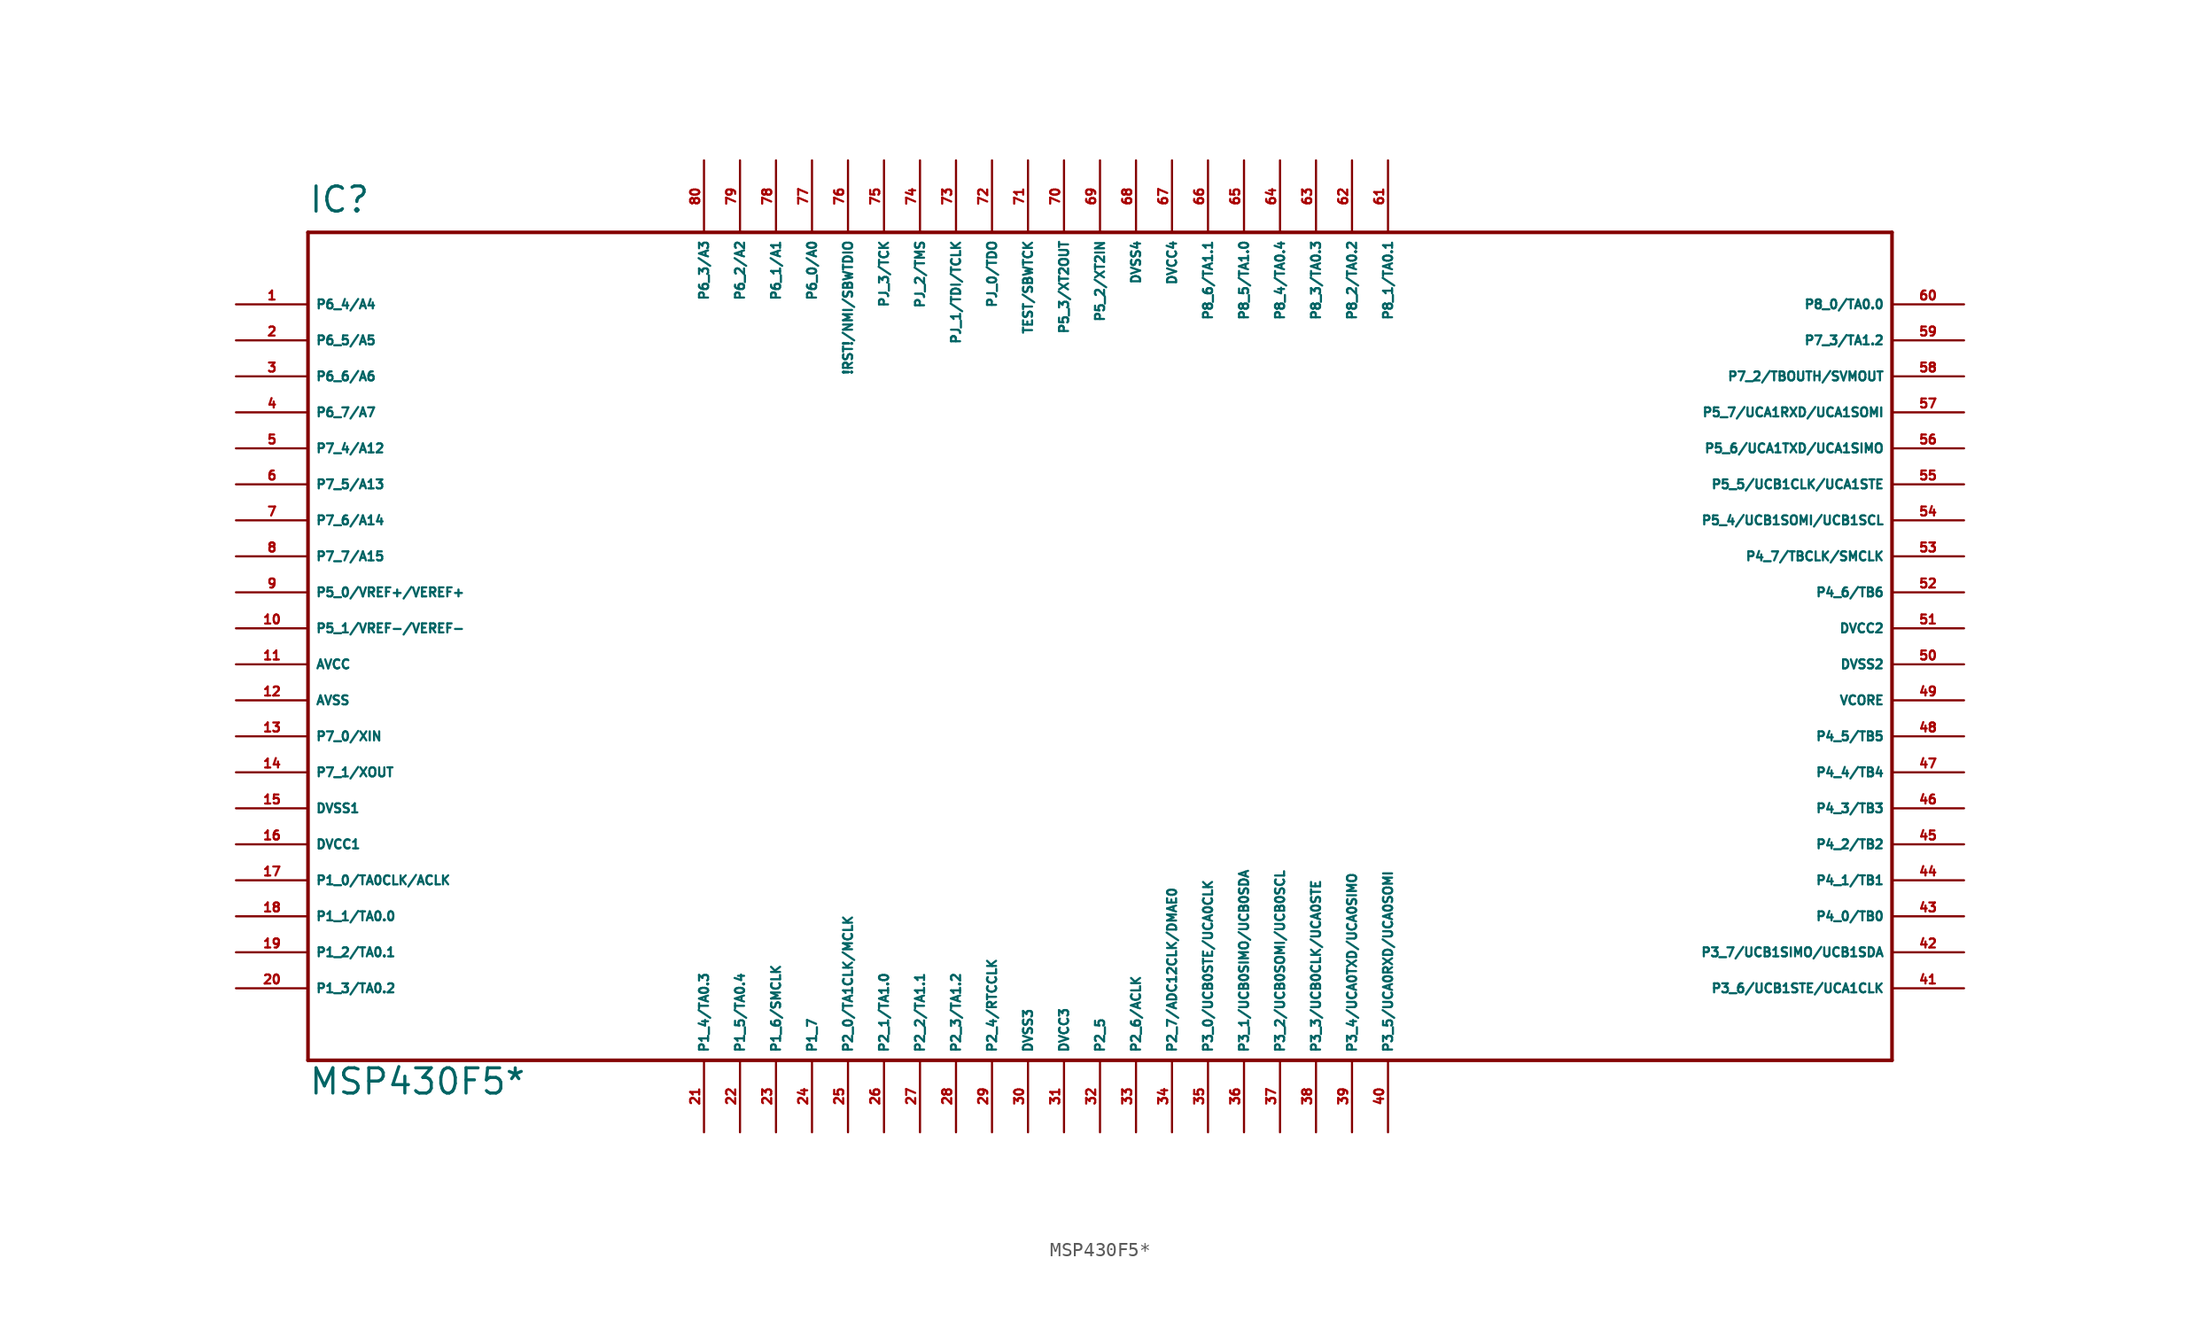
<source format=kicad_sym>
(kicad_symbol_lib
  (version 20220914)
  (generator Eagle2Kicad)
  (symbol "MSP430F5*"
    (property "Reference" "IC"
      (at -53.34 29.21 0)
      (effects (font (size 1.778 1.778) (thickness 0.22)) (justify left bottom)))
    (property "Value" "MSP430F5*"
      (at -53.34 -33.02 0)
      (effects (font (size 1.778 1.778) (thickness 0.22)) (justify left bottom)))
    (polyline
      (pts (xy -53.34 -30.48) (xy 58.42 -30.48))
      (stroke (width 0.254) (type default))
      (fill (type none)))
    (polyline
      (pts (xy 58.42 -30.48) (xy 58.42 27.94))
      (stroke (width 0.254) (type default))
      (fill (type none)))
    (polyline
      (pts (xy 58.42 27.94) (xy -53.34 27.94))
      (stroke (width 0.254) (type default))
      (fill (type none)))
    (polyline
      (pts (xy -53.34 27.94) (xy -53.34 -30.48))
      (stroke (width 0.254) (type default))
      (fill (type none)))
    (pin bidirectional line
      (at -58.42 22.86 0)
      (length 5.08)
      (name "P6_4/A4" (effects (font (size 0.635 0.635) (thickness 0.08)) (justify left bottom)))
      (number "1" (effects (font (size 0.635 0.635) (thickness 0.08)) (justify left bottom))))
    (pin bidirectional line
      (at -58.42 20.32 0)
      (length 5.08)
      (name "P6_5/A5" (effects (font (size 0.635 0.635) (thickness 0.08)) (justify left bottom)))
      (number "2" (effects (font (size 0.635 0.635) (thickness 0.08)) (justify left bottom))))
    (pin bidirectional line
      (at -58.42 17.78 0)
      (length 5.08)
      (name "P6_6/A6" (effects (font (size 0.635 0.635) (thickness 0.08)) (justify left bottom)))
      (number "3" (effects (font (size 0.635 0.635) (thickness 0.08)) (justify left bottom))))
    (pin bidirectional line
      (at -58.42 15.24 0)
      (length 5.08)
      (name "P6_7/A7" (effects (font (size 0.635 0.635) (thickness 0.08)) (justify left bottom)))
      (number "4" (effects (font (size 0.635 0.635) (thickness 0.08)) (justify left bottom))))
    (pin bidirectional line
      (at -58.42 12.7 0)
      (length 5.08)
      (name "P7_4/A12" (effects (font (size 0.635 0.635) (thickness 0.08)) (justify left bottom)))
      (number "5" (effects (font (size 0.635 0.635) (thickness 0.08)) (justify left bottom))))
    (pin bidirectional line
      (at -58.42 10.16 0)
      (length 5.08)
      (name "P7_5/A13" (effects (font (size 0.635 0.635) (thickness 0.08)) (justify left bottom)))
      (number "6" (effects (font (size 0.635 0.635) (thickness 0.08)) (justify left bottom))))
    (pin bidirectional line
      (at -58.42 7.62 0)
      (length 5.08)
      (name "P7_6/A14" (effects (font (size 0.635 0.635) (thickness 0.08)) (justify left bottom)))
      (number "7" (effects (font (size 0.635 0.635) (thickness 0.08)) (justify left bottom))))
    (pin bidirectional line
      (at -58.42 5.08 0)
      (length 5.08)
      (name "P7_7/A15" (effects (font (size 0.635 0.635) (thickness 0.08)) (justify left bottom)))
      (number "8" (effects (font (size 0.635 0.635) (thickness 0.08)) (justify left bottom))))
    (pin bidirectional line
      (at -58.42 2.54 0)
      (length 5.08)
      (name "P5_0/VREF+/VEREF+" (effects (font (size 0.635 0.635) (thickness 0.08)) (justify left bottom)))
      (number "9" (effects (font (size 0.635 0.635) (thickness 0.08)) (justify left bottom))))
    (pin bidirectional line
      (at -58.42 0 0)
      (length 5.08)
      (name "P5_1/VREF-/VEREF-" (effects (font (size 0.635 0.635) (thickness 0.08)) (justify left bottom)))
      (number "10" (effects (font (size 0.635 0.635) (thickness 0.08)) (justify left bottom))))
    (pin unspecified line
      (at -58.42 -2.54 0)
      (length 5.08)
      (name "AVCC" (effects (font (size 0.635 0.635) (thickness 0.08)) (justify left bottom)))
      (number "11" (effects (font (size 0.635 0.635) (thickness 0.08)) (justify left bottom))))
    (pin unspecified line
      (at -58.42 -5.08 0)
      (length 5.08)
      (name "AVSS" (effects (font (size 0.635 0.635) (thickness 0.08)) (justify left bottom)))
      (number "12" (effects (font (size 0.635 0.635) (thickness 0.08)) (justify left bottom))))
    (pin bidirectional line
      (at -58.42 -7.62 0)
      (length 5.08)
      (name "P7_0/XIN" (effects (font (size 0.635 0.635) (thickness 0.08)) (justify left bottom)))
      (number "13" (effects (font (size 0.635 0.635) (thickness 0.08)) (justify left bottom))))
    (pin bidirectional line
      (at -58.42 -10.16 0)
      (length 5.08)
      (name "P7_1/XOUT" (effects (font (size 0.635 0.635) (thickness 0.08)) (justify left bottom)))
      (number "14" (effects (font (size 0.635 0.635) (thickness 0.08)) (justify left bottom))))
    (pin unspecified line
      (at -58.42 -12.7 0)
      (length 5.08)
      (name "DVSS1" (effects (font (size 0.635 0.635) (thickness 0.08)) (justify left bottom)))
      (number "15" (effects (font (size 0.635 0.635) (thickness 0.08)) (justify left bottom))))
    (pin unspecified line
      (at -58.42 -15.24 0)
      (length 5.08)
      (name "DVCC1" (effects (font (size 0.635 0.635) (thickness 0.08)) (justify left bottom)))
      (number "16" (effects (font (size 0.635 0.635) (thickness 0.08)) (justify left bottom))))
    (pin bidirectional line
      (at -58.42 -17.78 0)
      (length 5.08)
      (name "P1_0/TA0CLK/ACLK" (effects (font (size 0.635 0.635) (thickness 0.08)) (justify left bottom)))
      (number "17" (effects (font (size 0.635 0.635) (thickness 0.08)) (justify left bottom))))
    (pin bidirectional line
      (at -58.42 -20.32 0)
      (length 5.08)
      (name "P1_1/TA0.0" (effects (font (size 0.635 0.635) (thickness 0.08)) (justify left bottom)))
      (number "18" (effects (font (size 0.635 0.635) (thickness 0.08)) (justify left bottom))))
    (pin bidirectional line
      (at -58.42 -22.86 0)
      (length 5.08)
      (name "P1_2/TA0.1" (effects (font (size 0.635 0.635) (thickness 0.08)) (justify left bottom)))
      (number "19" (effects (font (size 0.635 0.635) (thickness 0.08)) (justify left bottom))))
    (pin bidirectional line
      (at -58.42 -25.4 0)
      (length 5.08)
      (name "P1_3/TA0.2" (effects (font (size 0.635 0.635) (thickness 0.08)) (justify left bottom)))
      (number "20" (effects (font (size 0.635 0.635) (thickness 0.08)) (justify left bottom))))
    (pin bidirectional line
      (at -25.4 -35.56 90)
      (length 5.08)
      (name "P1_4/TA0.3" (effects (font (size 0.635 0.635) (thickness 0.08)) (justify left bottom)))
      (number "21" (effects (font (size 0.635 0.635) (thickness 0.08)) (justify left bottom))))
    (pin bidirectional line
      (at -22.86 -35.56 90)
      (length 5.08)
      (name "P1_5/TA0.4" (effects (font (size 0.635 0.635) (thickness 0.08)) (justify left bottom)))
      (number "22" (effects (font (size 0.635 0.635) (thickness 0.08)) (justify left bottom))))
    (pin bidirectional line
      (at -20.32 -35.56 90)
      (length 5.08)
      (name "P1_6/SMCLK" (effects (font (size 0.635 0.635) (thickness 0.08)) (justify left bottom)))
      (number "23" (effects (font (size 0.635 0.635) (thickness 0.08)) (justify left bottom))))
    (pin bidirectional line
      (at -17.78 -35.56 90)
      (length 5.08)
      (name "P1_7" (effects (font (size 0.635 0.635) (thickness 0.08)) (justify left bottom)))
      (number "24" (effects (font (size 0.635 0.635) (thickness 0.08)) (justify left bottom))))
    (pin bidirectional line
      (at -15.24 -35.56 90)
      (length 5.08)
      (name "P2_0/TA1CLK/MCLK" (effects (font (size 0.635 0.635) (thickness 0.08)) (justify left bottom)))
      (number "25" (effects (font (size 0.635 0.635) (thickness 0.08)) (justify left bottom))))
    (pin bidirectional line
      (at -12.7 -35.56 90)
      (length 5.08)
      (name "P2_1/TA1.0" (effects (font (size 0.635 0.635) (thickness 0.08)) (justify left bottom)))
      (number "26" (effects (font (size 0.635 0.635) (thickness 0.08)) (justify left bottom))))
    (pin bidirectional line
      (at -10.16 -35.56 90)
      (length 5.08)
      (name "P2_2/TA1.1" (effects (font (size 0.635 0.635) (thickness 0.08)) (justify left bottom)))
      (number "27" (effects (font (size 0.635 0.635) (thickness 0.08)) (justify left bottom))))
    (pin bidirectional line
      (at -7.62 -35.56 90)
      (length 5.08)
      (name "P2_3/TA1.2" (effects (font (size 0.635 0.635) (thickness 0.08)) (justify left bottom)))
      (number "28" (effects (font (size 0.635 0.635) (thickness 0.08)) (justify left bottom))))
    (pin bidirectional line
      (at -5.08 -35.56 90)
      (length 5.08)
      (name "P2_4/RTCCLK" (effects (font (size 0.635 0.635) (thickness 0.08)) (justify left bottom)))
      (number "29" (effects (font (size 0.635 0.635) (thickness 0.08)) (justify left bottom))))
    (pin bidirectional line
      (at 2.54 -35.56 90)
      (length 5.08)
      (name "P2_5" (effects (font (size 0.635 0.635) (thickness 0.08)) (justify left bottom)))
      (number "32" (effects (font (size 0.635 0.635) (thickness 0.08)) (justify left bottom))))
    (pin bidirectional line
      (at 5.08 -35.56 90)
      (length 5.08)
      (name "P2_6/ACLK" (effects (font (size 0.635 0.635) (thickness 0.08)) (justify left bottom)))
      (number "33" (effects (font (size 0.635 0.635) (thickness 0.08)) (justify left bottom))))
    (pin bidirectional line
      (at 7.62 -35.56 90)
      (length 5.08)
      (name "P2_7/ADC12CLK/DMAE0" (effects (font (size 0.635 0.635) (thickness 0.08)) (justify left bottom)))
      (number "34" (effects (font (size 0.635 0.635) (thickness 0.08)) (justify left bottom))))
    (pin bidirectional line
      (at 10.16 -35.56 90)
      (length 5.08)
      (name "P3_0/UCB0STE/UCA0CLK" (effects (font (size 0.635 0.635) (thickness 0.08)) (justify left bottom)))
      (number "35" (effects (font (size 0.635 0.635) (thickness 0.08)) (justify left bottom))))
    (pin bidirectional line
      (at 12.7 -35.56 90)
      (length 5.08)
      (name "P3_1/UCB0SIMO/UCB0SDA" (effects (font (size 0.635 0.635) (thickness 0.08)) (justify left bottom)))
      (number "36" (effects (font (size 0.635 0.635) (thickness 0.08)) (justify left bottom))))
    (pin bidirectional line
      (at 15.24 -35.56 90)
      (length 5.08)
      (name "P3_2/UCB0SOMI/UCB0SCL" (effects (font (size 0.635 0.635) (thickness 0.08)) (justify left bottom)))
      (number "37" (effects (font (size 0.635 0.635) (thickness 0.08)) (justify left bottom))))
    (pin bidirectional line
      (at 17.78 -35.56 90)
      (length 5.08)
      (name "P3_3/UCB0CLK/UCA0STE" (effects (font (size 0.635 0.635) (thickness 0.08)) (justify left bottom)))
      (number "38" (effects (font (size 0.635 0.635) (thickness 0.08)) (justify left bottom))))
    (pin unspecified line
      (at -2.54 -35.56 90)
      (length 5.08)
      (name "DVSS3" (effects (font (size 0.635 0.635) (thickness 0.08)) (justify left bottom)))
      (number "30" (effects (font (size 0.635 0.635) (thickness 0.08)) (justify left bottom))))
    (pin unspecified line
      (at 0 -35.56 90)
      (length 5.08)
      (name "DVCC3" (effects (font (size 0.635 0.635) (thickness 0.08)) (justify left bottom)))
      (number "31" (effects (font (size 0.635 0.635) (thickness 0.08)) (justify left bottom))))
    (pin bidirectional line
      (at 20.32 -35.56 90)
      (length 5.08)
      (name "P3_4/UCA0TXD/UCA0SIMO" (effects (font (size 0.635 0.635) (thickness 0.08)) (justify left bottom)))
      (number "39" (effects (font (size 0.635 0.635) (thickness 0.08)) (justify left bottom))))
    (pin bidirectional line
      (at 22.86 -35.56 90)
      (length 5.08)
      (name "P3_5/UCA0RXD/UCA0SOMI" (effects (font (size 0.635 0.635) (thickness 0.08)) (justify left bottom)))
      (number "40" (effects (font (size 0.635 0.635) (thickness 0.08)) (justify left bottom))))
    (pin bidirectional line
      (at 63.5 -25.4 180)
      (length 5.08)
      (name "P3_6/UCB1STE/UCA1CLK" (effects (font (size 0.635 0.635) (thickness 0.08)) (justify left bottom)))
      (number "41" (effects (font (size 0.635 0.635) (thickness 0.08)) (justify left bottom))))
    (pin bidirectional line
      (at 63.5 -22.86 180)
      (length 5.08)
      (name "P3_7/UCB1SIMO/UCB1SDA" (effects (font (size 0.635 0.635) (thickness 0.08)) (justify left bottom)))
      (number "42" (effects (font (size 0.635 0.635) (thickness 0.08)) (justify left bottom))))
    (pin bidirectional line
      (at 63.5 -20.32 180)
      (length 5.08)
      (name "P4_0/TB0" (effects (font (size 0.635 0.635) (thickness 0.08)) (justify left bottom)))
      (number "43" (effects (font (size 0.635 0.635) (thickness 0.08)) (justify left bottom))))
    (pin bidirectional line
      (at 63.5 -17.78 180)
      (length 5.08)
      (name "P4_1/TB1" (effects (font (size 0.635 0.635) (thickness 0.08)) (justify left bottom)))
      (number "44" (effects (font (size 0.635 0.635) (thickness 0.08)) (justify left bottom))))
    (pin bidirectional line
      (at 63.5 -15.24 180)
      (length 5.08)
      (name "P4_2/TB2" (effects (font (size 0.635 0.635) (thickness 0.08)) (justify left bottom)))
      (number "45" (effects (font (size 0.635 0.635) (thickness 0.08)) (justify left bottom))))
    (pin bidirectional line
      (at 63.5 -12.7 180)
      (length 5.08)
      (name "P4_3/TB3" (effects (font (size 0.635 0.635) (thickness 0.08)) (justify left bottom)))
      (number "46" (effects (font (size 0.635 0.635) (thickness 0.08)) (justify left bottom))))
    (pin bidirectional line
      (at 63.5 -10.16 180)
      (length 5.08)
      (name "P4_4/TB4" (effects (font (size 0.635 0.635) (thickness 0.08)) (justify left bottom)))
      (number "47" (effects (font (size 0.635 0.635) (thickness 0.08)) (justify left bottom))))
    (pin bidirectional line
      (at 63.5 -7.62 180)
      (length 5.08)
      (name "P4_5/TB5" (effects (font (size 0.635 0.635) (thickness 0.08)) (justify left bottom)))
      (number "48" (effects (font (size 0.635 0.635) (thickness 0.08)) (justify left bottom))))
    (pin bidirectional line
      (at 63.5 2.54 180)
      (length 5.08)
      (name "P4_6/TB6" (effects (font (size 0.635 0.635) (thickness 0.08)) (justify left bottom)))
      (number "52" (effects (font (size 0.635 0.635) (thickness 0.08)) (justify left bottom))))
    (pin bidirectional line
      (at 63.5 5.08 180)
      (length 5.08)
      (name "P4_7/TBCLK/SMCLK" (effects (font (size 0.635 0.635) (thickness 0.08)) (justify left bottom)))
      (number "53" (effects (font (size 0.635 0.635) (thickness 0.08)) (justify left bottom))))
    (pin bidirectional line
      (at 63.5 7.62 180)
      (length 5.08)
      (name "P5_4/UCB1SOMI/UCB1SCL" (effects (font (size 0.635 0.635) (thickness 0.08)) (justify left bottom)))
      (number "54" (effects (font (size 0.635 0.635) (thickness 0.08)) (justify left bottom))))
    (pin bidirectional line
      (at 63.5 10.16 180)
      (length 5.08)
      (name "P5_5/UCB1CLK/UCA1STE" (effects (font (size 0.635 0.635) (thickness 0.08)) (justify left bottom)))
      (number "55" (effects (font (size 0.635 0.635) (thickness 0.08)) (justify left bottom))))
    (pin bidirectional line
      (at 63.5 12.7 180)
      (length 5.08)
      (name "P5_6/UCA1TXD/UCA1SIMO" (effects (font (size 0.635 0.635) (thickness 0.08)) (justify left bottom)))
      (number "56" (effects (font (size 0.635 0.635) (thickness 0.08)) (justify left bottom))))
    (pin bidirectional line
      (at 63.5 15.24 180)
      (length 5.08)
      (name "P5_7/UCA1RXD/UCA1SOMI" (effects (font (size 0.635 0.635) (thickness 0.08)) (justify left bottom)))
      (number "57" (effects (font (size 0.635 0.635) (thickness 0.08)) (justify left bottom))))
    (pin bidirectional line
      (at 63.5 17.78 180)
      (length 5.08)
      (name "P7_2/TBOUTH/SVMOUT" (effects (font (size 0.635 0.635) (thickness 0.08)) (justify left bottom)))
      (number "58" (effects (font (size 0.635 0.635) (thickness 0.08)) (justify left bottom))))
    (pin bidirectional line
      (at 63.5 20.32 180)
      (length 5.08)
      (name "P7_3/TA1.2" (effects (font (size 0.635 0.635) (thickness 0.08)) (justify left bottom)))
      (number "59" (effects (font (size 0.635 0.635) (thickness 0.08)) (justify left bottom))))
    (pin bidirectional line
      (at 63.5 22.86 180)
      (length 5.08)
      (name "P8_0/TA0.0" (effects (font (size 0.635 0.635) (thickness 0.08)) (justify left bottom)))
      (number "60" (effects (font (size 0.635 0.635) (thickness 0.08)) (justify left bottom))))
    (pin bidirectional line
      (at 22.86 33.02 270)
      (length 5.08)
      (name "P8_1/TA0.1" (effects (font (size 0.635 0.635) (thickness 0.08)) (justify left bottom)))
      (number "61" (effects (font (size 0.635 0.635) (thickness 0.08)) (justify left bottom))))
    (pin bidirectional line
      (at 20.32 33.02 270)
      (length 5.08)
      (name "P8_2/TA0.2" (effects (font (size 0.635 0.635) (thickness 0.08)) (justify left bottom)))
      (number "62" (effects (font (size 0.635 0.635) (thickness 0.08)) (justify left bottom))))
    (pin bidirectional line
      (at 17.78 33.02 270)
      (length 5.08)
      (name "P8_3/TA0.3" (effects (font (size 0.635 0.635) (thickness 0.08)) (justify left bottom)))
      (number "63" (effects (font (size 0.635 0.635) (thickness 0.08)) (justify left bottom))))
    (pin bidirectional line
      (at 15.24 33.02 270)
      (length 5.08)
      (name "P8_4/TA0.4" (effects (font (size 0.635 0.635) (thickness 0.08)) (justify left bottom)))
      (number "64" (effects (font (size 0.635 0.635) (thickness 0.08)) (justify left bottom))))
    (pin unspecified line
      (at 63.5 -5.08 180)
      (length 5.08)
      (name "VCORE" (effects (font (size 0.635 0.635) (thickness 0.08)) (justify left bottom)))
      (number "49" (effects (font (size 0.635 0.635) (thickness 0.08)) (justify left bottom))))
    (pin unspecified line
      (at 63.5 -2.54 180)
      (length 5.08)
      (name "DVSS2" (effects (font (size 0.635 0.635) (thickness 0.08)) (justify left bottom)))
      (number "50" (effects (font (size 0.635 0.635) (thickness 0.08)) (justify left bottom))))
    (pin unspecified line
      (at 63.5 0 180)
      (length 5.08)
      (name "DVCC2" (effects (font (size 0.635 0.635) (thickness 0.08)) (justify left bottom)))
      (number "51" (effects (font (size 0.635 0.635) (thickness 0.08)) (justify left bottom))))
    (pin bidirectional line
      (at 12.7 33.02 270)
      (length 5.08)
      (name "P8_5/TA1.0" (effects (font (size 0.635 0.635) (thickness 0.08)) (justify left bottom)))
      (number "65" (effects (font (size 0.635 0.635) (thickness 0.08)) (justify left bottom))))
    (pin bidirectional line
      (at 10.16 33.02 270)
      (length 5.08)
      (name "P8_6/TA1.1" (effects (font (size 0.635 0.635) (thickness 0.08)) (justify left bottom)))
      (number "66" (effects (font (size 0.635 0.635) (thickness 0.08)) (justify left bottom))))
    (pin unspecified line
      (at 7.62 33.02 270)
      (length 5.08)
      (name "DVCC4" (effects (font (size 0.635 0.635) (thickness 0.08)) (justify left bottom)))
      (number "67" (effects (font (size 0.635 0.635) (thickness 0.08)) (justify left bottom))))
    (pin unspecified line
      (at 5.08 33.02 270)
      (length 5.08)
      (name "DVSS4" (effects (font (size 0.635 0.635) (thickness 0.08)) (justify left bottom)))
      (number "68" (effects (font (size 0.635 0.635) (thickness 0.08)) (justify left bottom))))
    (pin bidirectional line
      (at 2.54 33.02 270)
      (length 5.08)
      (name "P5_2/XT2IN" (effects (font (size 0.635 0.635) (thickness 0.08)) (justify left bottom)))
      (number "69" (effects (font (size 0.635 0.635) (thickness 0.08)) (justify left bottom))))
    (pin bidirectional line
      (at 0 33.02 270)
      (length 5.08)
      (name "P5_3/XT2OUT" (effects (font (size 0.635 0.635) (thickness 0.08)) (justify left bottom)))
      (number "70" (effects (font (size 0.635 0.635) (thickness 0.08)) (justify left bottom))))
    (pin input line
      (at -2.54 33.02 270)
      (length 5.08)
      (name "TEST/SBWTCK" (effects (font (size 0.635 0.635) (thickness 0.08)) (justify left bottom)))
      (number "71" (effects (font (size 0.635 0.635) (thickness 0.08)) (justify left bottom))))
    (pin bidirectional line
      (at -5.08 33.02 270)
      (length 5.08)
      (name "PJ_0/TDO" (effects (font (size 0.635 0.635) (thickness 0.08)) (justify left bottom)))
      (number "72" (effects (font (size 0.635 0.635) (thickness 0.08)) (justify left bottom))))
    (pin bidirectional line
      (at -7.62 33.02 270)
      (length 5.08)
      (name "PJ_1/TDI/TCLK" (effects (font (size 0.635 0.635) (thickness 0.08)) (justify left bottom)))
      (number "73" (effects (font (size 0.635 0.635) (thickness 0.08)) (justify left bottom))))
    (pin bidirectional line
      (at -10.16 33.02 270)
      (length 5.08)
      (name "PJ_2/TMS" (effects (font (size 0.635 0.635) (thickness 0.08)) (justify left bottom)))
      (number "74" (effects (font (size 0.635 0.635) (thickness 0.08)) (justify left bottom))))
    (pin bidirectional line
      (at -12.7 33.02 270)
      (length 5.08)
      (name "PJ_3/TCK" (effects (font (size 0.635 0.635) (thickness 0.08)) (justify left bottom)))
      (number "75" (effects (font (size 0.635 0.635) (thickness 0.08)) (justify left bottom))))
    (pin bidirectional line
      (at -15.24 33.02 270)
      (length 5.08)
      (name "!RST!/NMI/SBWTDIO" (effects (font (size 0.635 0.635) (thickness 0.08)) (justify left bottom)))
      (number "76" (effects (font (size 0.635 0.635) (thickness 0.08)) (justify left bottom))))
    (pin bidirectional line
      (at -17.78 33.02 270)
      (length 5.08)
      (name "P6_0/A0" (effects (font (size 0.635 0.635) (thickness 0.08)) (justify left bottom)))
      (number "77" (effects (font (size 0.635 0.635) (thickness 0.08)) (justify left bottom))))
    (pin bidirectional line
      (at -20.32 33.02 270)
      (length 5.08)
      (name "P6_1/A1" (effects (font (size 0.635 0.635) (thickness 0.08)) (justify left bottom)))
      (number "78" (effects (font (size 0.635 0.635) (thickness 0.08)) (justify left bottom))))
    (pin bidirectional line
      (at -22.86 33.02 270)
      (length 5.08)
      (name "P6_2/A2" (effects (font (size 0.635 0.635) (thickness 0.08)) (justify left bottom)))
      (number "79" (effects (font (size 0.635 0.635) (thickness 0.08)) (justify left bottom))))
    (pin bidirectional line
      (at -25.4 33.02 270)
      (length 5.08)
      (name "P6_3/A3" (effects (font (size 0.635 0.635) (thickness 0.08)) (justify left bottom)))
      (number "80" (effects (font (size 0.635 0.635) (thickness 0.08)) (justify left bottom))))))
</source>
